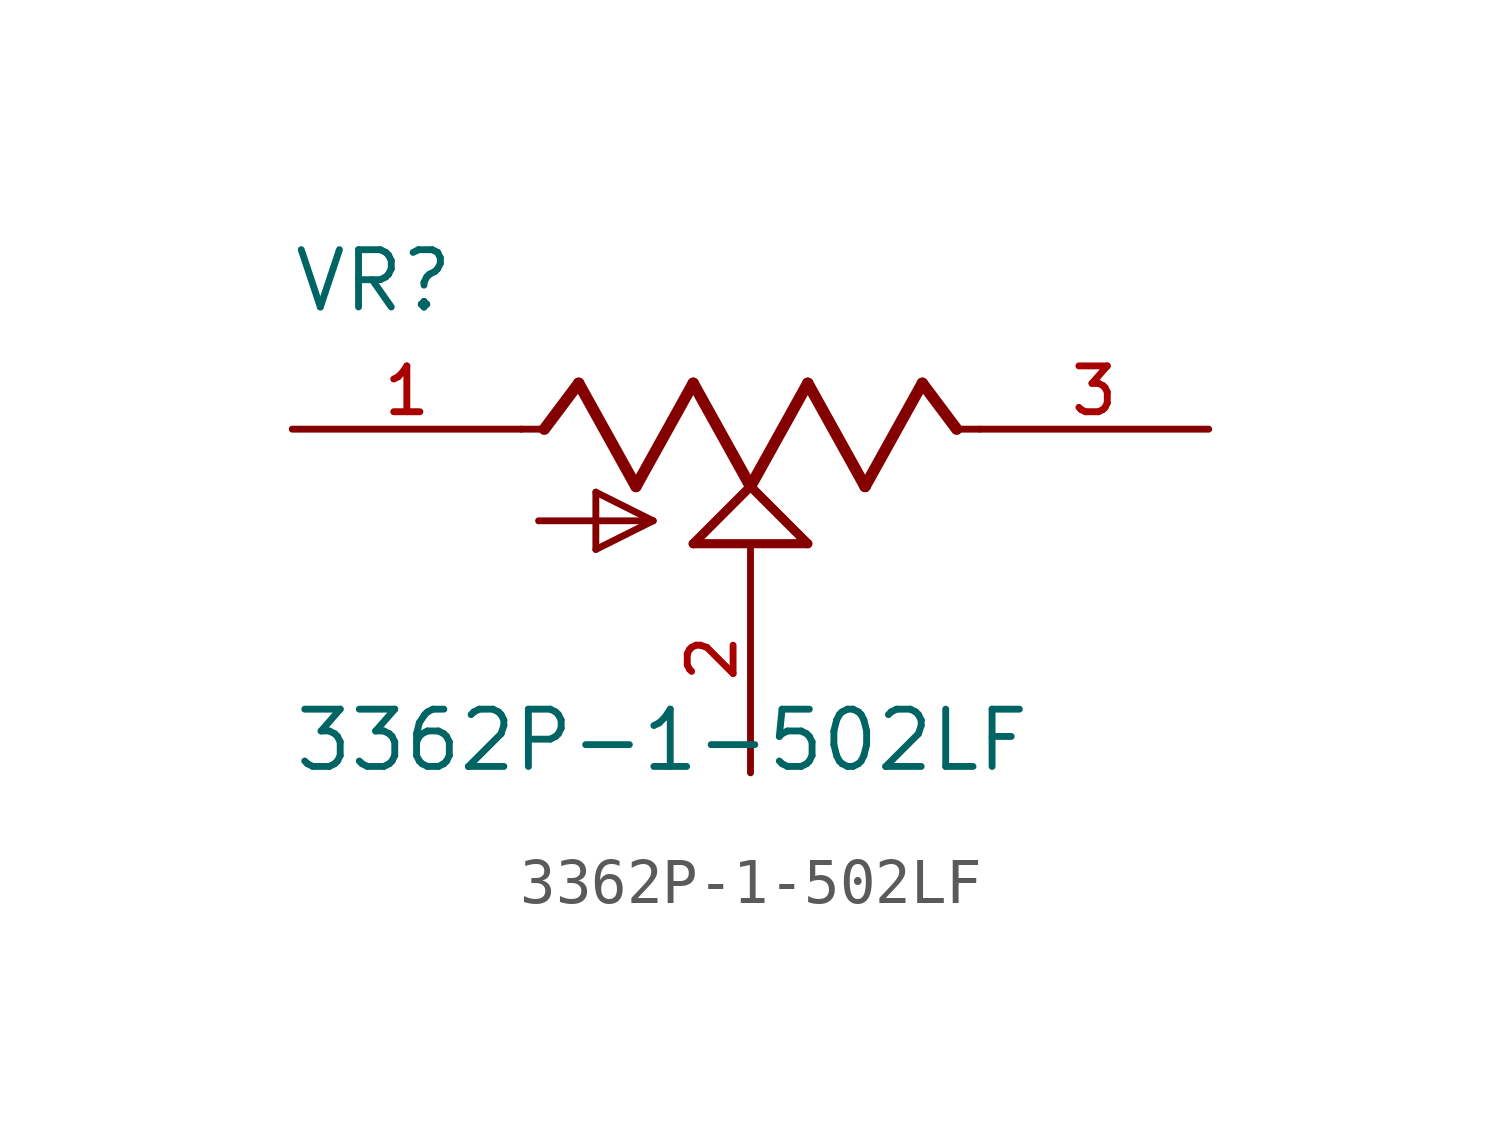
<source format=kicad_sym>
(kicad_symbol_lib
  (version 20211014)
  (generator kicad_symbol_editor)
  (symbol "3362P-1-502LF"
    (pin_names
      (offset 1.016))
    (property "Reference" "VR"
      (at -10.182 2.546 0)
      (effects (font (size 1.27 1.27)) (justify bottom left)))
    (property "Value" "3362P-1-502LF"
      (at -10.165 -7.642 0)
      (effects (font (size 1.27 1.27)) (justify bottom left)))
    (symbol "3362P-1-502LF_0_0"
      (polyline (pts (xy -5.08 0.0) (xy -4.572 0.0)) (stroke (width 0.152)))
      (polyline (pts (xy -4.572 0.0) (xy -3.81 1.016)) (stroke (width 0.254)))
      (polyline (pts (xy -3.81 1.016) (xy -2.54 -1.27)) (stroke (width 0.254)))
      (polyline (pts (xy -2.54 -1.27) (xy -1.27 1.016)) (stroke (width 0.254)))
      (polyline (pts (xy -1.27 1.016) (xy 0.0 -1.27)) (stroke (width 0.254)))
      (polyline (pts (xy 0.0 -1.27) (xy 1.27 1.016)) (stroke (width 0.254)))
      (polyline (pts (xy 1.27 1.016) (xy 2.54 -1.27)) (stroke (width 0.254)))
      (polyline (pts (xy 2.54 -1.27) (xy 3.81 1.016)) (stroke (width 0.254)))
      (polyline (pts (xy 3.81 1.016) (xy 4.572 0.0)) (stroke (width 0.254)))
      (polyline (pts (xy 4.572 0.0) (xy 5.08 0.0)) (stroke (width 0.152)))
      (polyline (pts (xy 0.0 -1.27) (xy 1.27 -2.54)) (stroke (width 0.203)))
      (polyline (pts (xy -1.27 -2.54) (xy 0.0 -1.27)) (stroke (width 0.203)))
      (polyline (pts (xy 1.27 -2.54) (xy -1.27 -2.54)) (stroke (width 0.203)))
      (polyline (pts (xy -4.699 -2.032) (xy -2.159 -2.032)) (stroke (width 0.152)))
      (polyline (pts (xy -2.159 -2.032) (xy -3.429 -2.667)) (stroke (width 0.152)))
      (polyline (pts (xy -3.429 -2.667) (xy -3.429 -1.397)) (stroke (width 0.152)))
      (polyline (pts (xy -3.429 -1.397) (xy -2.159 -2.032)) (stroke (width 0.152)))
      (pin passive line (at -10.16 0.0 0) (length 5.08) (name "~" (effects (font (size 1.016 1.016)))) (number "1" (effects (font (size 1.016 1.016)))))
      (pin passive line (at 0.0 -7.62 90.0) (length 5.08) (name "~" (effects (font (size 1.016 1.016)))) (number "2" (effects (font (size 1.016 1.016)))))
      (pin passive line (at 10.16 0.0 180.0) (length 5.08) (name "~" (effects (font (size 1.016 1.016)))) (number "3" (effects (font (size 1.016 1.016))))))))
</source>
